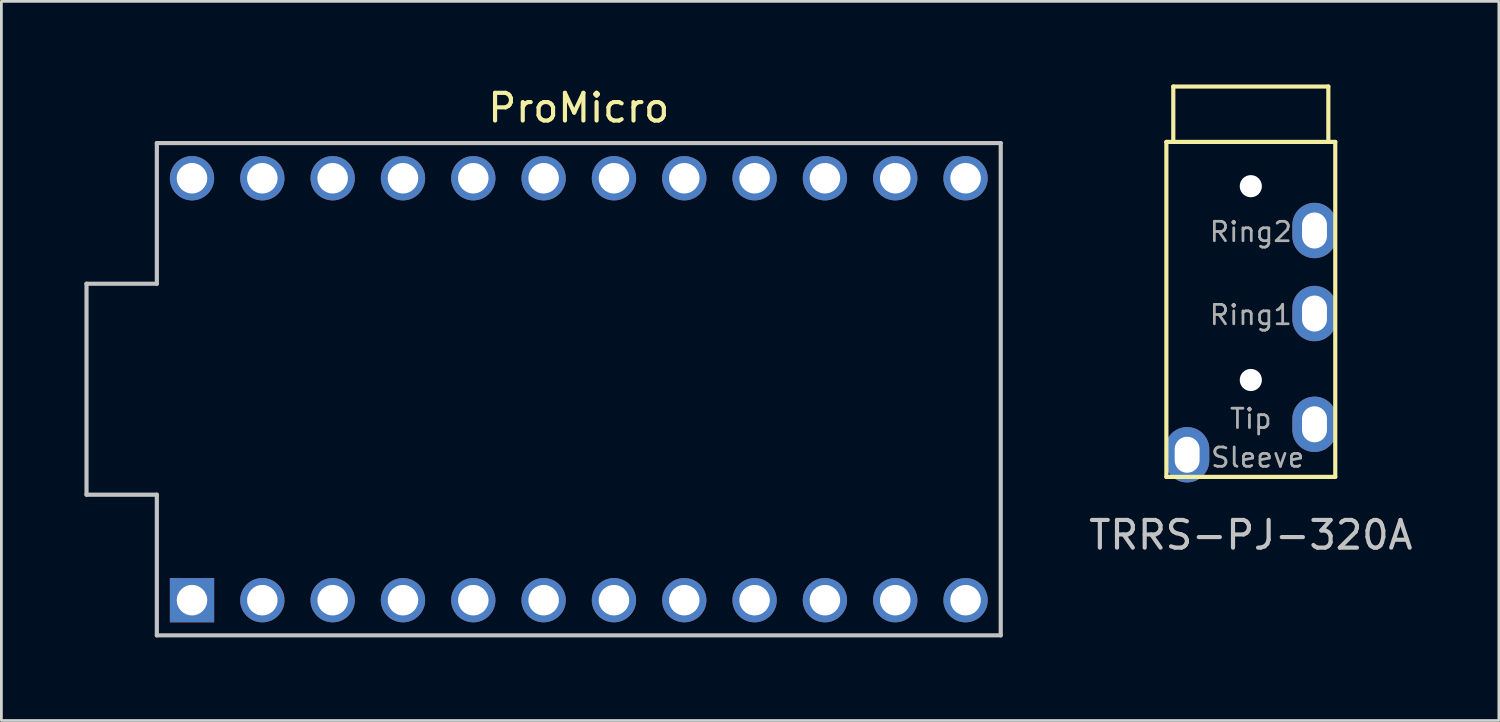
<source format=kicad_pcb>
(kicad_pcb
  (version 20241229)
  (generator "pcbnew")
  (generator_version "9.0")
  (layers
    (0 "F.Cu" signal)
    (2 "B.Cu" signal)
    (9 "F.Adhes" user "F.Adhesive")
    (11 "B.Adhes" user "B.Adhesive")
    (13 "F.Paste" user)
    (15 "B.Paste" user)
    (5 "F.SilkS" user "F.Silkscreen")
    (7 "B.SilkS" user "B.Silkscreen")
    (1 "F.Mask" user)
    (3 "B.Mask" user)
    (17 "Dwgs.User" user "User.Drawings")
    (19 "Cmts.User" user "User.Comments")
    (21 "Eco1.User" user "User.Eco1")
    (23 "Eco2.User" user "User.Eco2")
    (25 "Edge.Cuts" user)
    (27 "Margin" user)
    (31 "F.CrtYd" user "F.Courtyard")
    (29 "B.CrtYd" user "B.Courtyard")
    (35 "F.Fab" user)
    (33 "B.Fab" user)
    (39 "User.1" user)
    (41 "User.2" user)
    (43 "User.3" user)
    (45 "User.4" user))
  (footprint "ProMicro"
    (layer "F.Cu")
    (at 17.855 11.008)
    (property "Reference" "ProMicro" (at 0 -10.16 180) (layer "F.SilkS") (effects (font (size 1 1) (thickness 0.15))))
    (attr through_hole)
    (fp_line (start -17.78 -3.81) (end -15.24 -3.81) (stroke (width 0.15) (type solid)) (layer "Dwgs.User"))
    (fp_line (start -17.78 3.81) (end -17.78 -3.81) (stroke (width 0.15) (type solid)) (layer "Dwgs.User"))
    (fp_line (start -15.24 -8.89) (end 15.24 -8.89) (stroke (width 0.15) (type solid)) (layer "Dwgs.User"))
    (fp_line (start -15.24 -3.81) (end -15.24 -8.89) (stroke (width 0.15) (type solid)) (layer "Dwgs.User"))
    (fp_line (start -15.24 3.81) (end -17.78 3.81) (stroke (width 0.15) (type solid)) (layer "Dwgs.User"))
    (fp_line (start -15.24 8.89) (end -15.24 3.81) (stroke (width 0.15) (type solid)) (layer "Dwgs.User"))
    (fp_line (start 15.24 -8.89) (end 15.24 8.89) (stroke (width 0.15) (type solid)) (layer "Dwgs.User"))
    (fp_line (start 15.24 8.89) (end -15.24 8.89) (stroke (width 0.15) (type solid)) (layer "Dwgs.User"))
    (fp_line (start -15.24 -8.89) (end 15.24 -8.89) (stroke (width 0.15) (type solid)) (layer "Eco2.User"))
    (pad "1" thru_hole rect (at -13.97 7.62) (size 1.6 1.6) (drill 1.1) (layers "*.Cu" "*.Mask"))
    (pad "2" thru_hole circle (at -11.43 7.62) (size 1.6 1.6) (drill 1.1) (layers "*.Cu" "*.Mask"))
    (pad "3" thru_hole circle (at -8.89 7.62) (size 1.6 1.6) (drill 1.1) (layers "*.Cu" "*.Mask"))
    (pad "4" thru_hole circle (at -6.35 7.62) (size 1.6 1.6) (drill 1.1) (layers "*.Cu" "*.Mask"))
    (pad "5" thru_hole circle (at -3.81 7.62) (size 1.6 1.6) (drill 1.1) (layers "*.Cu" "*.Mask"))
    (pad "6" thru_hole circle (at -1.27 7.62) (size 1.6 1.6) (drill 1.1) (layers "*.Cu" "*.Mask"))
    (pad "7" thru_hole circle (at 1.27 7.62) (size 1.6 1.6) (drill 1.1) (layers "*.Cu" "*.Mask"))
    (pad "8" thru_hole circle (at 3.81 7.62) (size 1.6 1.6) (drill 1.1) (layers "*.Cu" "*.Mask"))
    (pad "9" thru_hole circle (at 6.35 7.62) (size 1.6 1.6) (drill 1.1) (layers "*.Cu" "*.Mask"))
    (pad "10" thru_hole circle (at 8.89 7.62) (size 1.6 1.6) (drill 1.1) (layers "*.Cu" "*.Mask"))
    (pad "11" thru_hole circle (at 11.43 7.62) (size 1.6 1.6) (drill 1.1) (layers "*.Cu" "*.Mask"))
    (pad "12" thru_hole circle (at 13.97 7.62) (size 1.6 1.6) (drill 1.1) (layers "*.Cu" "*.Mask"))
    (pad "13" thru_hole circle (at 13.97 -7.62) (size 1.6 1.6) (drill 1.1) (layers "*.Cu" "*.Mask"))
    (pad "14" thru_hole circle (at 11.43 -7.62) (size 1.6 1.6) (drill 1.1) (layers "*.Cu" "*.Mask"))
    (pad "15" thru_hole circle (at 8.89 -7.62) (size 1.6 1.6) (drill 1.1) (layers "*.Cu" "*.Mask"))
    (pad "16" thru_hole circle (at 6.35 -7.62) (size 1.6 1.6) (drill 1.1) (layers "*.Cu" "*.Mask"))
    (pad "17" thru_hole circle (at 3.81 -7.62) (size 1.6 1.6) (drill 1.1) (layers "*.Cu" "*.Mask"))
    (pad "18" thru_hole circle (at 1.27 -7.62) (size 1.6 1.6) (drill 1.1) (layers "*.Cu" "*.Mask"))
    (pad "19" thru_hole circle (at -1.27 -7.62) (size 1.6 1.6) (drill 1.1) (layers "*.Cu" "*.Mask"))
    (pad "20" thru_hole circle (at -3.81 -7.62) (size 1.6 1.6) (drill 1.1) (layers "*.Cu" "*.Mask"))
    (pad "21" thru_hole circle (at -6.35 -7.62) (size 1.6 1.6) (drill 1.1) (layers "*.Cu" "*.Mask"))
    (pad "22" thru_hole circle (at -8.89 -7.62) (size 1.6 1.6) (drill 1.1) (layers "*.Cu" "*.Mask"))
    (pad "23" thru_hole circle (at -11.43 -7.62) (size 1.6 1.6) (drill 1.1) (layers "*.Cu" "*.Mask"))
    (pad "24" thru_hole circle (at -13.97 -7.62) (size 1.6 1.6) (drill 1.1) (layers "*.Cu" "*.Mask")))
  (footprint "TRRS-PJ-320A"
    (layer "F.Cu")
    (at 42.128 2.075)
    (property "Reference" "TRRS-PJ-320A" (at 0 14.2 0) (layer "Dwgs.User") (effects (font (size 1 1) (thickness 0.15))))
    (attr through_hole)
    (fp_line (start -3.05 0) (end -3.05 12.1) (stroke (width 0.15) (type solid)) (layer "F.SilkS"))
    (fp_line (start -2.8 0) (end -2.8 -2) (stroke (width 0.15) (type solid)) (layer "F.SilkS"))
    (fp_line (start 2.8 -2) (end -2.8 -2) (stroke (width 0.15) (type solid)) (layer "F.SilkS"))
    (fp_line (start 2.8 0) (end 2.8 -2) (stroke (width 0.15) (type solid)) (layer "F.SilkS"))
    (fp_line (start 3.05 0) (end -3.05 0) (stroke (width 0.15) (type solid)) (layer "F.SilkS"))
    (fp_line (start 3.05 0) (end 3.05 12.1) (stroke (width 0.15) (type solid)) (layer "F.SilkS"))
    (fp_line (start 3.05 12.1) (end -3.05 12.1) (stroke (width 0.15) (type solid)) (layer "F.SilkS"))
    (fp_line (start -3.05 0) (end -3.05 12.1) (stroke (width 0.15) (type solid)) (layer "Eco2.User"))
    (fp_line (start -2.8 0) (end -2.8 -2) (stroke (width 0.15) (type solid)) (layer "Eco2.User"))
    (fp_line (start 2.8 -2) (end -2.8 -2) (stroke (width 0.15) (type solid)) (layer "Eco2.User"))
    (fp_line (start 2.8 0) (end 2.8 -2) (stroke (width 0.15) (type solid)) (layer "Eco2.User"))
    (fp_line (start 3.05 0) (end -3.05 0) (stroke (width 0.15) (type solid)) (layer "Eco2.User"))
    (fp_line (start 3.05 0) (end 3.05 12.1) (stroke (width 0.15) (type solid)) (layer "Eco2.User"))
    (fp_line (start 3.05 12.1) (end -3.05 12.1) (stroke (width 0.15) (type solid)) (layer "Eco2.User"))
    (fp_text user "Ring2" (at 0 3.25 0) (layer "F.Fab") (effects (font (size 0.7 0.7) (thickness 0.1))))
    (fp_text user "Tip" (at 0 10 0) (layer "F.Fab") (effects (font (size 0.7 0.7) (thickness 0.1))))
    (fp_text user "Sleeve" (at 0.25 11.4 0) (layer "F.Fab") (effects (font (size 0.7 0.7) (thickness 0.1))))
    (fp_text user "Ring1" (at 0 6.25 0) (layer "F.Fab") (effects (font (size 0.7 0.7) (thickness 0.1))))
    (pad "" np_thru_hole circle (at 0 1.6 180) (size 0.8 0.8) (drill 0.8) (layers "*.Cu" "*.Mask"))
    (pad "" np_thru_hole circle (at 0 8.6 180) (size 0.8 0.8) (drill 0.8) (layers "*.Cu" "*.Mask"))
    (pad "1" thru_hole oval (at -2.3 11.3 180) (size 1.6 2) (drill oval 0.9 1.3) (layers "*.Cu" "*.Mask"))
    (pad "2" thru_hole oval (at 2.3 10.2 180) (size 1.6 2) (drill oval 0.9 1.3) (layers "*.Cu" "*.Mask"))
    (pad "3" thru_hole oval (at 2.3 6.2 180) (size 1.6 2) (drill oval 0.9 1.3) (layers "*.Cu" "*.Mask"))
    (pad "4" thru_hole oval (at 2.3 3.2 180) (size 1.6 2) (drill oval 0.9 1.3) (layers "*.Cu" "*.Mask")))
  (gr_rect
    (start -3 -3)
    (end 51.087 22.973)
    (stroke (width 0.1) (type default))
    (fill no)
    (layer "Edge.Cuts")))
</source>
